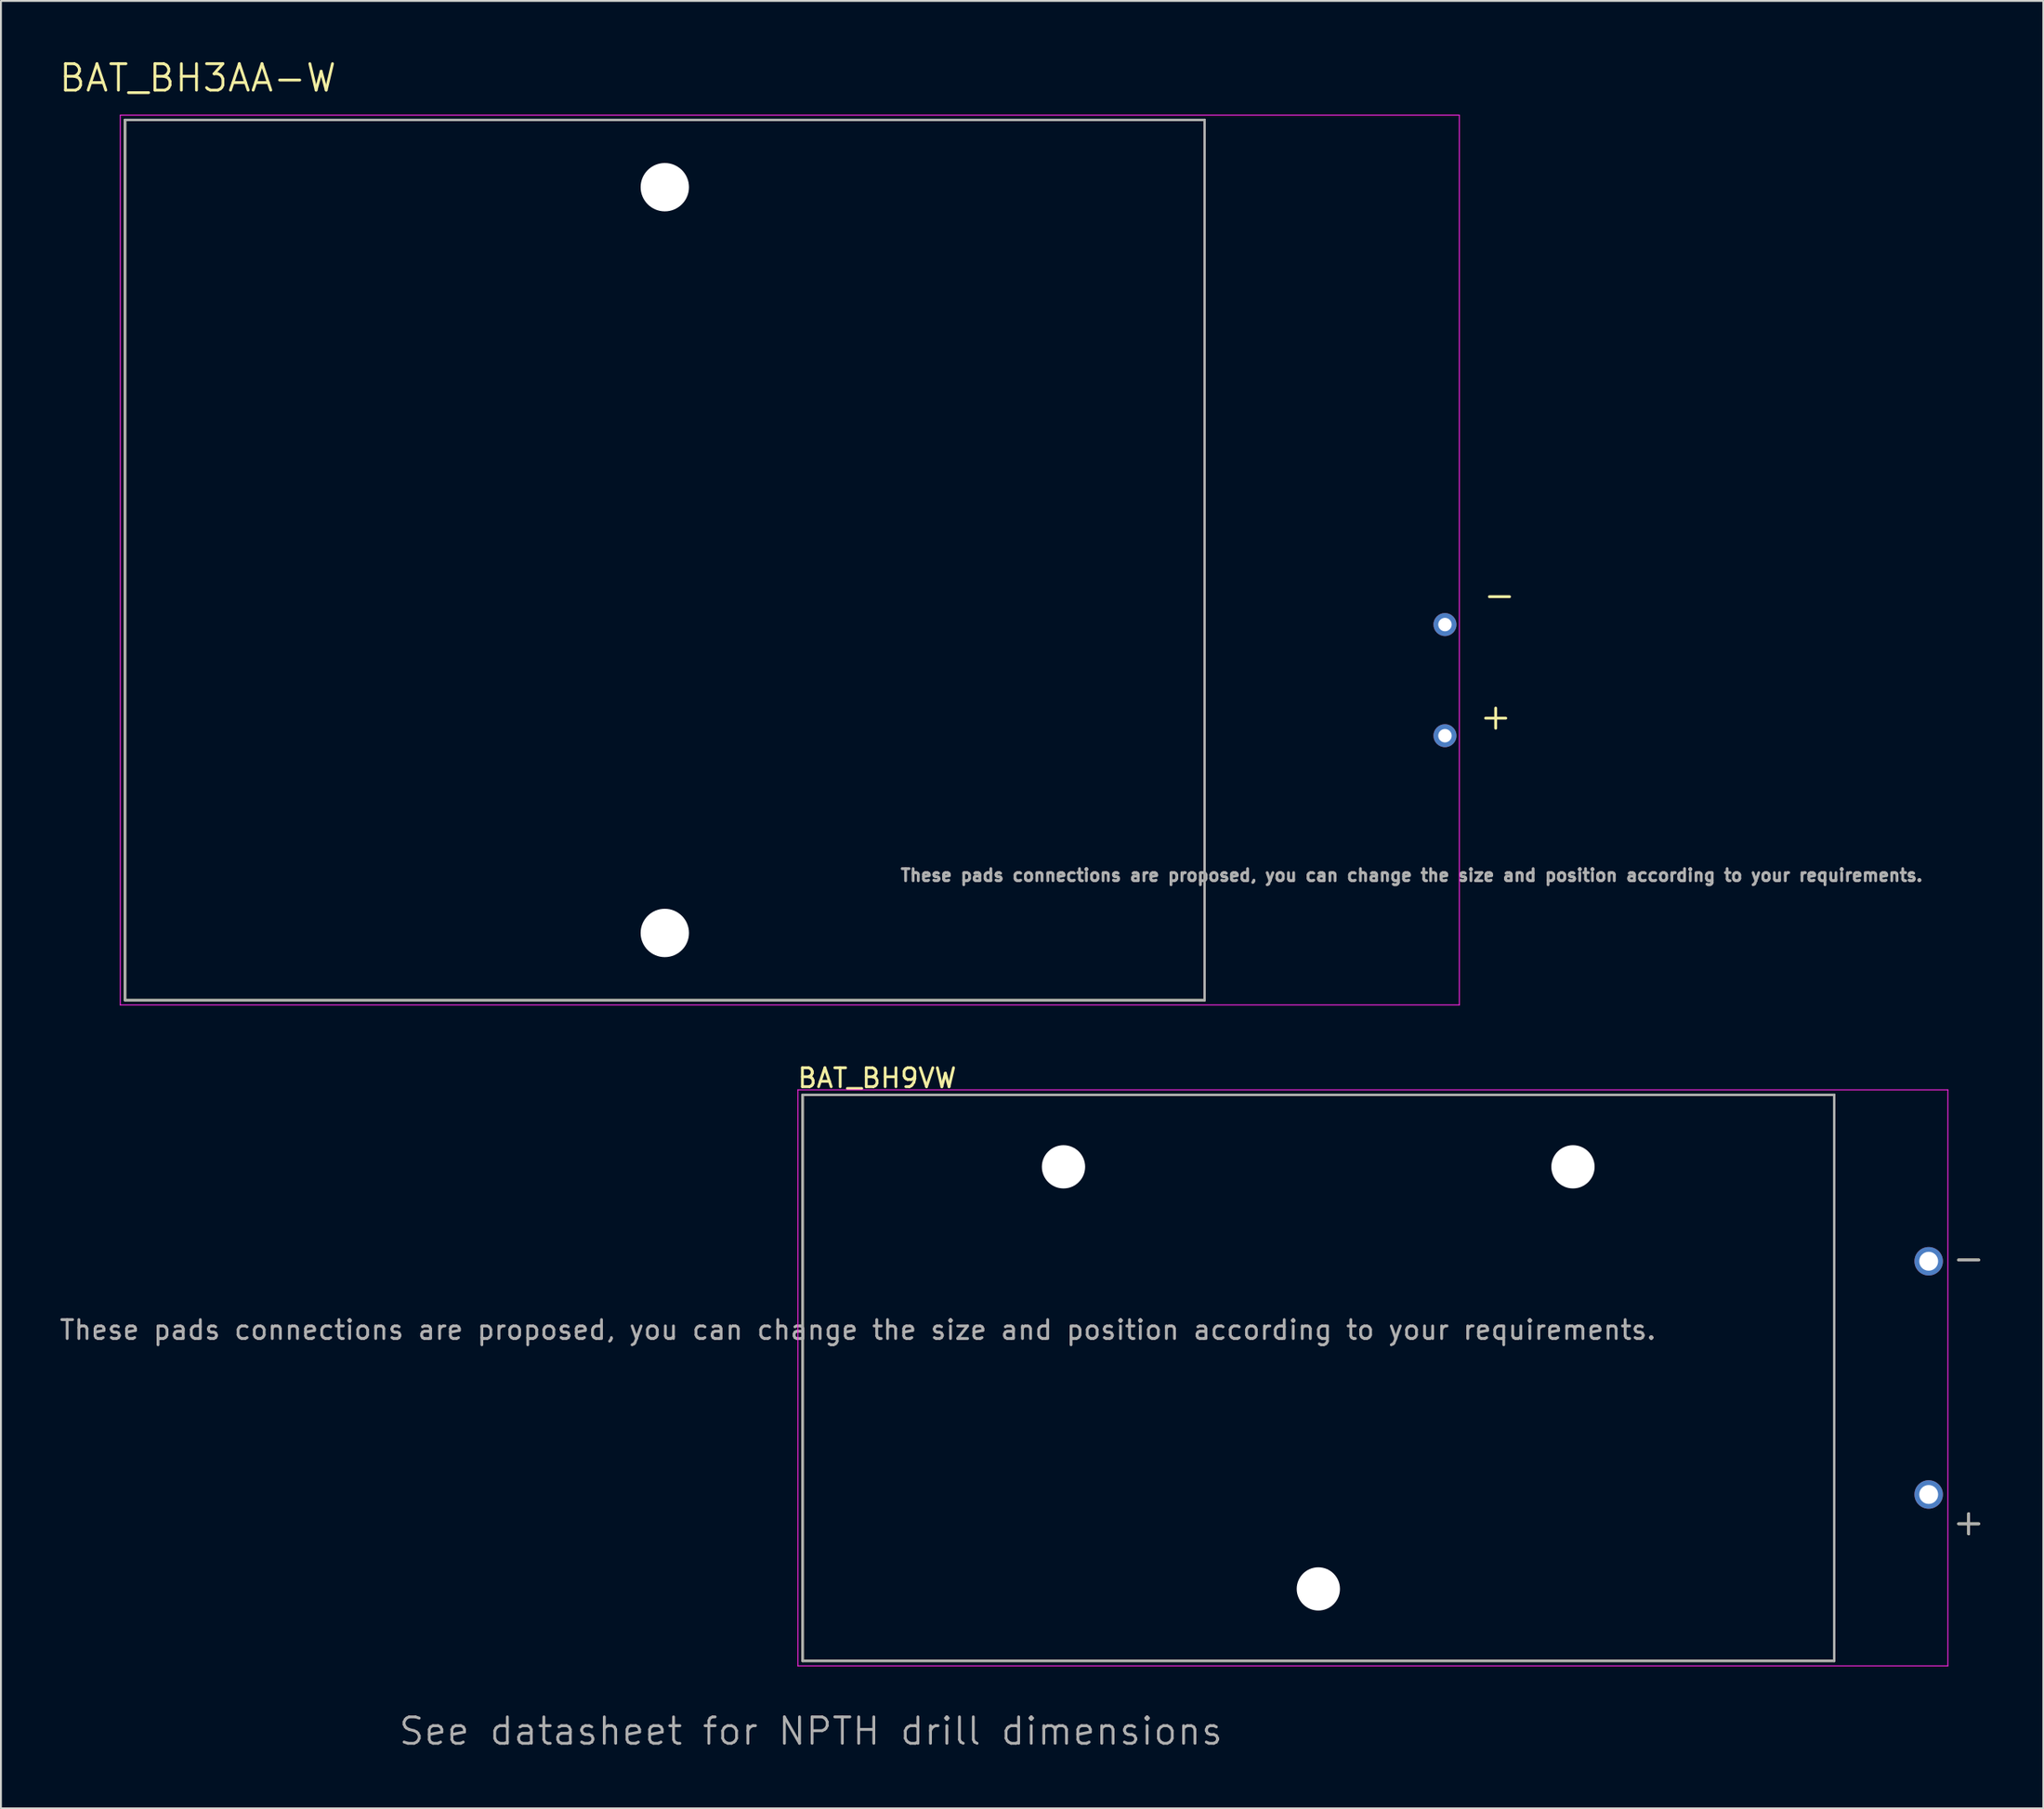
<source format=kicad_pcb>
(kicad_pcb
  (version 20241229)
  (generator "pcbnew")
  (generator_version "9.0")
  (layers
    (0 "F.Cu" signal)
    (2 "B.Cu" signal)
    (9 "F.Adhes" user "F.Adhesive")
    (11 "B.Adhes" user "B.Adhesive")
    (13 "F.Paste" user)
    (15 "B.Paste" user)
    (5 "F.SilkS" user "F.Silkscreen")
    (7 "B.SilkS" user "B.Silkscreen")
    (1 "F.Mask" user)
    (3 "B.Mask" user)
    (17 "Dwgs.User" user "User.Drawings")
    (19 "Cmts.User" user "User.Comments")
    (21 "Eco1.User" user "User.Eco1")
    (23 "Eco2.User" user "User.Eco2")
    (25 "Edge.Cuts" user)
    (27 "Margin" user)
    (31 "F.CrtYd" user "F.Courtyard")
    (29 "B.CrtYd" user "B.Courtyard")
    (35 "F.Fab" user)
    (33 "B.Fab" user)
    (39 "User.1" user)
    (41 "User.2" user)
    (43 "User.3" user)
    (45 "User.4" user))
  (footprint "BAT_BH9VW"
    (layer "F.Cu")
    (at 66.744 69.909)
    (property "Reference" "BAT_BH9VW" (at -23.365 -15.875 0) (layer "F.SilkS") (effects (font (size 1 1) (thickness 0.15))))
    (attr through_hole)
    (fp_line (start -27.305 -14.985) (end 27.305 -14.985) (stroke (width 0.127) (type solid)) (layer "F.SilkS"))
    (fp_line (start -27.305 14.985) (end -27.305 -14.985) (stroke (width 0.127) (type solid)) (layer "F.SilkS"))
    (fp_line (start 27.305 -14.985) (end 27.305 14.985) (stroke (width 0.127) (type solid)) (layer "F.SilkS"))
    (fp_line (start 27.305 14.985) (end -27.305 14.985) (stroke (width 0.127) (type solid)) (layer "F.SilkS"))
    (fp_line (start -27.555 -15.25) (end 33.32 -15.25) (stroke (width 0.05) (type solid)) (layer "F.CrtYd"))
    (fp_line (start -27.555 15.25) (end -27.555 -15.25) (stroke (width 0.05) (type solid)) (layer "F.CrtYd"))
    (fp_line (start 33.32 -15.25) (end 33.32 15.25) (stroke (width 0.05) (type solid)) (layer "F.CrtYd"))
    (fp_line (start 33.32 15.25) (end -27.555 15.25) (stroke (width 0.05) (type solid)) (layer "F.CrtYd"))
    (fp_line (start -27.305 -14.985) (end 27.305 -14.985) (stroke (width 0.127) (type solid)) (layer "F.Fab"))
    (fp_line (start -27.305 14.985) (end -27.305 -14.985) (stroke (width 0.127) (type solid)) (layer "F.Fab"))
    (fp_line (start 27.305 -14.985) (end 27.305 14.985) (stroke (width 0.127) (type solid)) (layer "F.Fab"))
    (fp_line (start 27.305 14.985) (end -27.305 14.985) (stroke (width 0.127) (type solid)) (layer "F.Fab"))
    (fp_text user "+" (at 34.42 7.62 0) (layer "F.SilkS") (effects (font (size 1.4 1.4) (thickness 0.15))))
    (fp_text user "-" (at 34.42 -6.35 0) (layer "F.SilkS") (effects (font (size 1.4 1.4) (thickness 0.15))))
    (fp_text user "These pads connections are proposed, you can change the size and position according to your requirements. " (at -24 -2.54 0) (layer "F.Fab") (effects (font (size 1 1) (thickness 0.15))))
    (fp_text user "See datasheet for NPTH drill dimensions" (at -26.87 18.71 0) (layer "F.Fab") (effects (font (size 1.4 1.4) (thickness 0.15))))
    (fp_text user "+" (at 34.42 7.62 0) (layer "F.Fab") (effects (font (size 1.4 1.4) (thickness 0.15))))
    (fp_text user "-" (at 34.42 -6.35 0) (layer "F.Fab") (effects (font (size 1.4 1.4) (thickness 0.15))))
    (pad "" np_thru_hole circle (at -13.495 -11.175) (size 2.29 2.29) (drill 2.29) (layers "*.Cu" "*.Mask"))
    (pad "" np_thru_hole circle (at -0.005 11.175) (size 2.29 2.29) (drill 2.29) (layers "*.Cu" "*.Mask"))
    (pad "" np_thru_hole circle (at 13.475 -11.175) (size 2.29 2.29) (drill 2.29) (layers "*.Cu" "*.Mask"))
    (pad "+" thru_hole circle (at 32.305 6.175) (size 1.508 1.508) (drill 1) (layers "*.Cu" "*.Mask"))
    (pad "-" thru_hole circle (at 32.305 -6.175) (size 1.508 1.508) (drill 1) (layers "*.Cu" "*.Mask")))
  (footprint "BAT_BH3AA-W"
    (layer "F.Cu")
    (at 32.143 26.606)
    (property "Reference" "BAT_BH3AA-W" (at -24.725 -25.524 0) (layer "F.SilkS") (effects (font (size 1.4 1.4) (thickness 0.15))))
    (attr through_hole)
    (fp_line (start -28.575 -23.305) (end 28.575 -23.305) (stroke (width 0.127) (type solid)) (layer "F.SilkS"))
    (fp_line (start -28.575 23.305) (end -28.575 -23.305) (stroke (width 0.127) (type solid)) (layer "F.SilkS"))
    (fp_line (start 28.575 -23.305) (end 28.575 23.305) (stroke (width 0.127) (type solid)) (layer "F.SilkS"))
    (fp_line (start 28.575 23.305) (end -28.575 23.305) (stroke (width 0.127) (type solid)) (layer "F.SilkS"))
    (fp_line (start -28.825 -23.555) (end 42.06 -23.555) (stroke (width 0.05) (type solid)) (layer "F.CrtYd"))
    (fp_line (start -28.825 23.555) (end -28.825 -23.555) (stroke (width 0.05) (type solid)) (layer "F.CrtYd"))
    (fp_line (start 42.06 -23.555) (end 42.06 23.555) (stroke (width 0.05) (type solid)) (layer "F.CrtYd"))
    (fp_line (start 42.06 23.555) (end -28.825 23.555) (stroke (width 0.05) (type solid)) (layer "F.CrtYd"))
    (fp_line (start -28.575 -23.305) (end 28.575 -23.305) (stroke (width 0.127) (type solid)) (layer "F.Fab"))
    (fp_line (start -28.575 23.305) (end -28.575 -23.305) (stroke (width 0.127) (type solid)) (layer "F.Fab"))
    (fp_line (start 28.575 -23.305) (end 28.575 23.305) (stroke (width 0.127) (type solid)) (layer "F.Fab"))
    (fp_line (start 28.575 23.305) (end -28.575 23.305) (stroke (width 0.127) (type solid)) (layer "F.Fab"))
    (fp_text user "+" (at 43.985 8.265 0) (layer "F.SilkS") (effects (font (size 1.4 1.4) (thickness 0.15))))
    (fp_text user "_" (at 44.185 1.165 0) (layer "F.SilkS") (effects (font (size 1.4 1.4) (thickness 0.15))))
    (fp_text user "These pads connections are proposed, you can change the size and position according to your requirements. " (at 39.78 16.69 0) (layer "F.Fab") (effects (font (size 0.64 0.64) (thickness 0.15))))
    (pad "" np_thru_hole circle (at 0 -19.745) (size 2.56 2.56) (drill 2.56) (layers "*.Cu" "*.Mask"))
    (pad "" np_thru_hole circle (at 0 19.745) (size 2.56 2.56) (drill 2.56) (layers "*.Cu" "*.Mask"))
    (pad "+" thru_hole circle (at 41.3 9.3) (size 1.218 1.218) (drill 0.71) (layers "*.Cu" "*.Mask"))
    (pad "-" thru_hole circle (at 41.3 3.415) (size 1.218 1.218) (drill 0.71) (layers "*.Cu" "*.Mask")))
  (gr_rect
    (start -3 -3)
    (end 105.116 92.702)
    (stroke (width 0.1) (type default))
    (fill no)
    (layer "Edge.Cuts")))
</source>
